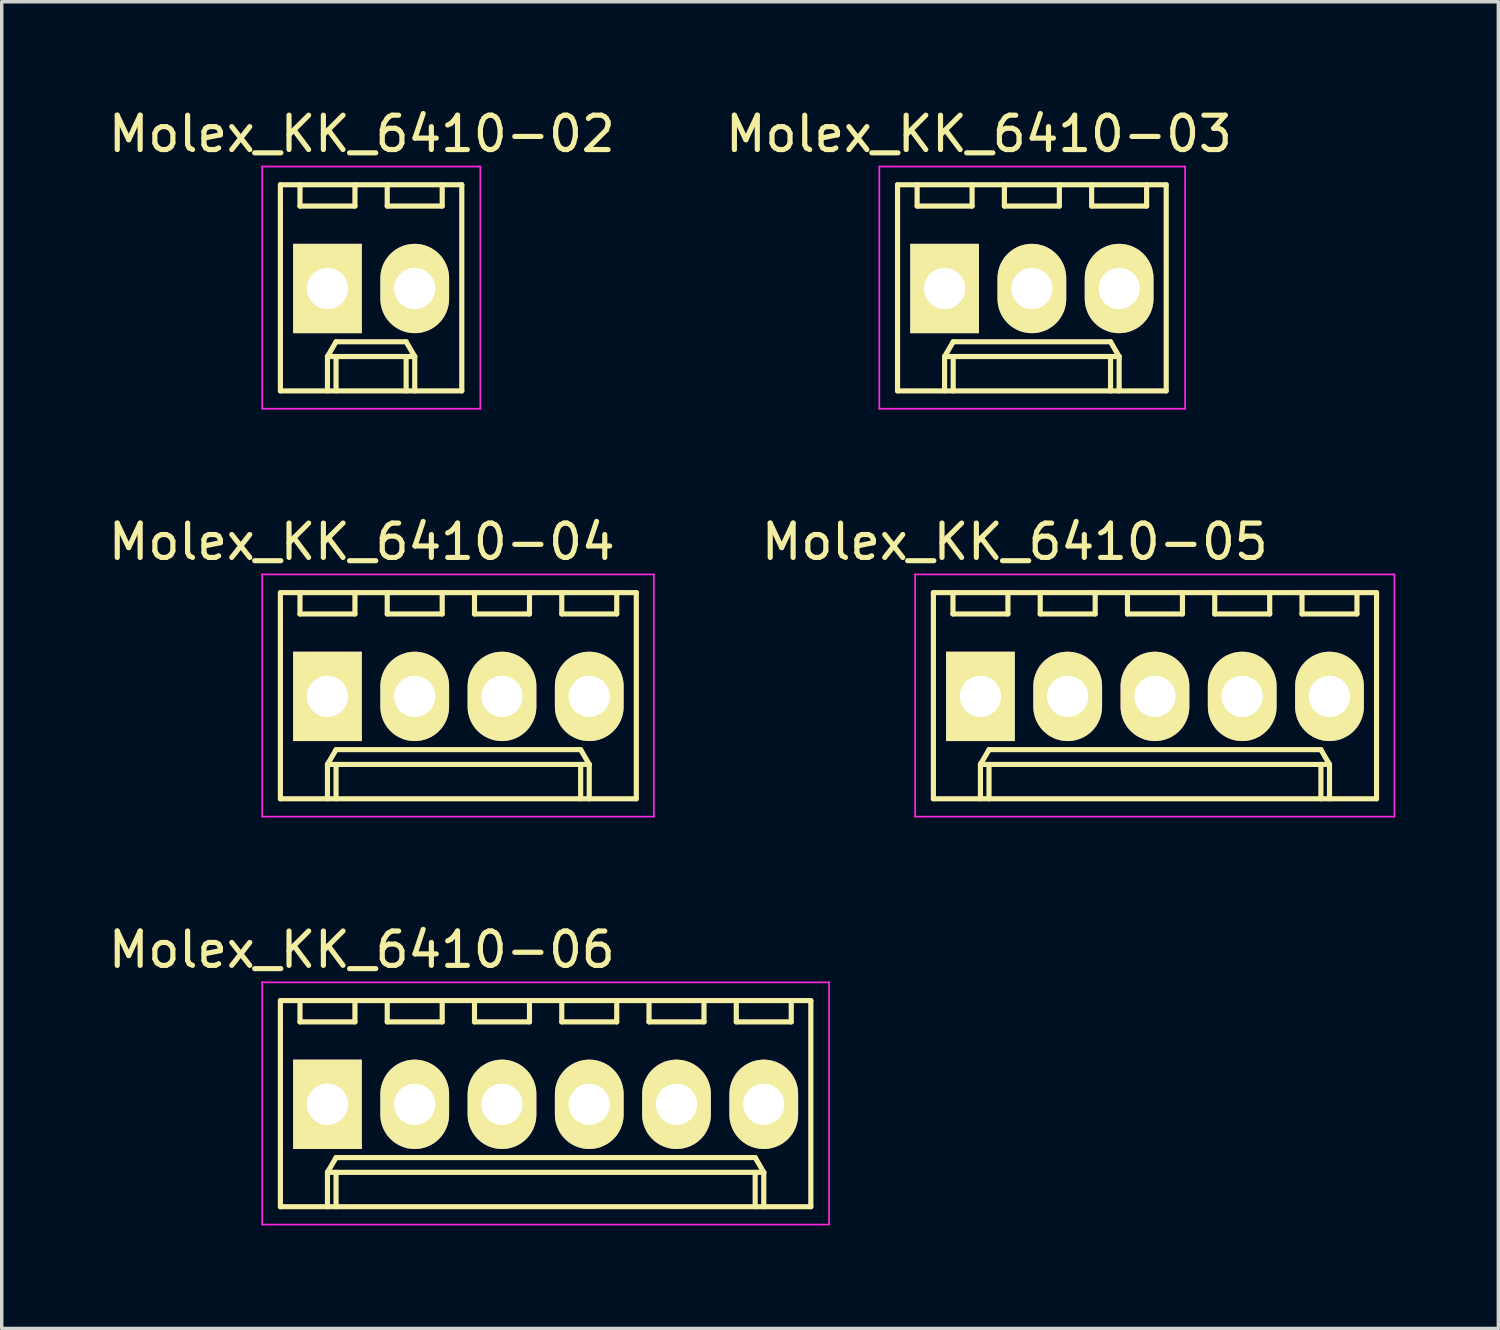
<source format=kicad_pcb>
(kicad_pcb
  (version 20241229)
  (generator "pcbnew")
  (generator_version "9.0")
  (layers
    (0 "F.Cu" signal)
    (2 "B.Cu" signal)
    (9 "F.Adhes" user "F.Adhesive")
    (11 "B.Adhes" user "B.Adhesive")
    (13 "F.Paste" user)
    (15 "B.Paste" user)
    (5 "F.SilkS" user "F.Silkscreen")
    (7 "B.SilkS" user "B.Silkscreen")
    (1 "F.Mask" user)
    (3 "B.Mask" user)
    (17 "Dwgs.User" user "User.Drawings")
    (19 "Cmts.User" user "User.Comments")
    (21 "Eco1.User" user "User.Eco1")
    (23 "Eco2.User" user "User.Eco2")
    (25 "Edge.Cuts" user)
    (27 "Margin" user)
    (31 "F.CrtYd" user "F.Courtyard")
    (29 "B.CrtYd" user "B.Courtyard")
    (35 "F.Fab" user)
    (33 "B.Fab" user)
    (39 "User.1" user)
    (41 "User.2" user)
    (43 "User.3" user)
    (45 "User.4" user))
  (footprint "Molex_KK_6410-02"
    (layer "F.Cu")
    (at 6.482 5.348)
    (property "Reference" "Molex_KK_6410-02" (at 1 -4.5 0) (layer "F.SilkS") (effects (font (size 1 1) (thickness 0.15))))
    (attr through_hole)
    (fp_line (start -1.37 -3.02) (end -1.37 2.98) (stroke (width 0.15) (type solid)) (layer "F.SilkS"))
    (fp_line (start -1.37 2.98) (end 3.91 2.98) (stroke (width 0.15) (type solid)) (layer "F.SilkS"))
    (fp_line (start -0.8 -3.02) (end -0.8 -2.4) (stroke (width 0.15) (type solid)) (layer "F.SilkS"))
    (fp_line (start -0.8 -2.4) (end 0.8 -2.4) (stroke (width 0.15) (type solid)) (layer "F.SilkS"))
    (fp_line (start 0 1.98) (end 0.25 1.55) (stroke (width 0.15) (type solid)) (layer "F.SilkS"))
    (fp_line (start 0 1.98) (end 2.54 1.98) (stroke (width 0.15) (type solid)) (layer "F.SilkS"))
    (fp_line (start 0 2.98) (end 0 1.98) (stroke (width 0.15) (type solid)) (layer "F.SilkS"))
    (fp_line (start 0.25 1.55) (end 2.29 1.55) (stroke (width 0.15) (type solid)) (layer "F.SilkS"))
    (fp_line (start 0.25 2.98) (end 0.25 1.98) (stroke (width 0.15) (type solid)) (layer "F.SilkS"))
    (fp_line (start 0.8 -2.4) (end 0.8 -3.02) (stroke (width 0.15) (type solid)) (layer "F.SilkS"))
    (fp_line (start 1.74 -3.02) (end 1.74 -2.4) (stroke (width 0.15) (type solid)) (layer "F.SilkS"))
    (fp_line (start 1.74 -2.4) (end 3.34 -2.4) (stroke (width 0.15) (type solid)) (layer "F.SilkS"))
    (fp_line (start 2.29 1.55) (end 2.54 1.98) (stroke (width 0.15) (type solid)) (layer "F.SilkS"))
    (fp_line (start 2.29 2.98) (end 2.29 1.98) (stroke (width 0.15) (type solid)) (layer "F.SilkS"))
    (fp_line (start 2.54 1.98) (end 2.54 2.98) (stroke (width 0.15) (type solid)) (layer "F.SilkS"))
    (fp_line (start 3.34 -2.4) (end 3.34 -3.02) (stroke (width 0.15) (type solid)) (layer "F.SilkS"))
    (fp_line (start 3.91 -3.02) (end -1.37 -3.02) (stroke (width 0.15) (type solid)) (layer "F.SilkS"))
    (fp_line (start 3.91 2.98) (end 3.91 -3.02) (stroke (width 0.15) (type solid)) (layer "F.SilkS"))
    (fp_line (start -1.9 -3.55) (end 4.45 -3.55) (stroke (width 0.05) (type solid)) (layer "F.CrtYd"))
    (fp_line (start -1.9 3.5) (end -1.9 -3.55) (stroke (width 0.05) (type solid)) (layer "F.CrtYd"))
    (fp_line (start 4.45 -3.55) (end 4.45 3.5) (stroke (width 0.05) (type solid)) (layer "F.CrtYd"))
    (fp_line (start 4.45 3.5) (end -1.9 3.5) (stroke (width 0.05) (type solid)) (layer "F.CrtYd"))
    (pad "1" thru_hole rect (at 0 0) (size 2 2.6) (drill 1.2) (layers "*.Cu" "*.Mask" "F.SilkS"))
    (pad "2" thru_hole oval (at 2.54 0) (size 2 2.6) (drill 1.2) (layers "*.Cu" "*.Mask" "F.SilkS")))
  (footprint "Molex_KK_6410-03"
    (layer "F.Cu")
    (at 24.446 5.348)
    (property "Reference" "Molex_KK_6410-03" (at 1 -4.5 0) (layer "F.SilkS") (effects (font (size 1 1) (thickness 0.15))))
    (attr through_hole)
    (fp_line (start -1.37 -3.02) (end -1.37 2.98) (stroke (width 0.15) (type solid)) (layer "F.SilkS"))
    (fp_line (start -1.37 2.98) (end 6.45 2.98) (stroke (width 0.15) (type solid)) (layer "F.SilkS"))
    (fp_line (start -0.8 -3.02) (end -0.8 -2.4) (stroke (width 0.15) (type solid)) (layer "F.SilkS"))
    (fp_line (start -0.8 -2.4) (end 0.8 -2.4) (stroke (width 0.15) (type solid)) (layer "F.SilkS"))
    (fp_line (start 0 1.98) (end 0.25 1.55) (stroke (width 0.15) (type solid)) (layer "F.SilkS"))
    (fp_line (start 0 1.98) (end 5.08 1.98) (stroke (width 0.15) (type solid)) (layer "F.SilkS"))
    (fp_line (start 0 2.98) (end 0 1.98) (stroke (width 0.15) (type solid)) (layer "F.SilkS"))
    (fp_line (start 0.25 1.55) (end 4.83 1.55) (stroke (width 0.15) (type solid)) (layer "F.SilkS"))
    (fp_line (start 0.25 2.98) (end 0.25 1.98) (stroke (width 0.15) (type solid)) (layer "F.SilkS"))
    (fp_line (start 0.8 -2.4) (end 0.8 -3.02) (stroke (width 0.15) (type solid)) (layer "F.SilkS"))
    (fp_line (start 1.74 -3.02) (end 1.74 -2.4) (stroke (width 0.15) (type solid)) (layer "F.SilkS"))
    (fp_line (start 1.74 -2.4) (end 3.34 -2.4) (stroke (width 0.15) (type solid)) (layer "F.SilkS"))
    (fp_line (start 3.34 -2.4) (end 3.34 -3.02) (stroke (width 0.15) (type solid)) (layer "F.SilkS"))
    (fp_line (start 4.28 -3.02) (end 4.28 -2.4) (stroke (width 0.15) (type solid)) (layer "F.SilkS"))
    (fp_line (start 4.28 -2.4) (end 5.88 -2.4) (stroke (width 0.15) (type solid)) (layer "F.SilkS"))
    (fp_line (start 4.83 1.55) (end 5.08 1.98) (stroke (width 0.15) (type solid)) (layer "F.SilkS"))
    (fp_line (start 4.83 2.98) (end 4.83 1.98) (stroke (width 0.15) (type solid)) (layer "F.SilkS"))
    (fp_line (start 5.08 1.98) (end 5.08 2.98) (stroke (width 0.15) (type solid)) (layer "F.SilkS"))
    (fp_line (start 5.88 -2.4) (end 5.88 -3.02) (stroke (width 0.15) (type solid)) (layer "F.SilkS"))
    (fp_line (start 6.45 -3.02) (end -1.37 -3.02) (stroke (width 0.15) (type solid)) (layer "F.SilkS"))
    (fp_line (start 6.45 2.98) (end 6.45 -3.02) (stroke (width 0.15) (type solid)) (layer "F.SilkS"))
    (fp_line (start -1.9 -3.55) (end 7 -3.55) (stroke (width 0.05) (type solid)) (layer "F.CrtYd"))
    (fp_line (start -1.9 3.5) (end -1.9 -3.55) (stroke (width 0.05) (type solid)) (layer "F.CrtYd"))
    (fp_line (start 7 -3.55) (end 7 3.5) (stroke (width 0.05) (type solid)) (layer "F.CrtYd"))
    (fp_line (start 7 3.5) (end -1.9 3.5) (stroke (width 0.05) (type solid)) (layer "F.CrtYd"))
    (pad "1" thru_hole rect (at 0 0) (size 2 2.6) (drill 1.2) (layers "*.Cu" "*.Mask" "F.SilkS"))
    (pad "2" thru_hole oval (at 2.54 0) (size 2 2.6) (drill 1.2) (layers "*.Cu" "*.Mask" "F.SilkS"))
    (pad "3" thru_hole oval (at 5.08 0) (size 2 2.6) (drill 1.2) (layers "*.Cu" "*.Mask" "F.SilkS")))
  (footprint "Molex_KK_6410-05"
    (layer "F.Cu")
    (at 25.489 17.221)
    (property "Reference" "Molex_KK_6410-05" (at 1 -4.5 0) (layer "F.SilkS") (effects (font (size 1 1) (thickness 0.15))))
    (attr through_hole)
    (fp_line (start -1.37 -3.02) (end -1.37 2.98) (stroke (width 0.15) (type solid)) (layer "F.SilkS"))
    (fp_line (start -1.37 2.98) (end 11.53 2.98) (stroke (width 0.15) (type solid)) (layer "F.SilkS"))
    (fp_line (start -0.8 -3.02) (end -0.8 -2.4) (stroke (width 0.15) (type solid)) (layer "F.SilkS"))
    (fp_line (start -0.8 -2.4) (end 0.8 -2.4) (stroke (width 0.15) (type solid)) (layer "F.SilkS"))
    (fp_line (start 0 1.98) (end 0.25 1.55) (stroke (width 0.15) (type solid)) (layer "F.SilkS"))
    (fp_line (start 0 1.98) (end 10.16 1.98) (stroke (width 0.15) (type solid)) (layer "F.SilkS"))
    (fp_line (start 0 2.98) (end 0 1.98) (stroke (width 0.15) (type solid)) (layer "F.SilkS"))
    (fp_line (start 0.25 1.55) (end 9.91 1.55) (stroke (width 0.15) (type solid)) (layer "F.SilkS"))
    (fp_line (start 0.25 2.98) (end 0.25 1.98) (stroke (width 0.15) (type solid)) (layer "F.SilkS"))
    (fp_line (start 0.8 -2.4) (end 0.8 -3.02) (stroke (width 0.15) (type solid)) (layer "F.SilkS"))
    (fp_line (start 1.74 -3.02) (end 1.74 -2.4) (stroke (width 0.15) (type solid)) (layer "F.SilkS"))
    (fp_line (start 1.74 -2.4) (end 3.34 -2.4) (stroke (width 0.15) (type solid)) (layer "F.SilkS"))
    (fp_line (start 3.34 -2.4) (end 3.34 -3.02) (stroke (width 0.15) (type solid)) (layer "F.SilkS"))
    (fp_line (start 4.28 -3.02) (end 4.28 -2.4) (stroke (width 0.15) (type solid)) (layer "F.SilkS"))
    (fp_line (start 4.28 -2.4) (end 5.88 -2.4) (stroke (width 0.15) (type solid)) (layer "F.SilkS"))
    (fp_line (start 5.88 -2.4) (end 5.88 -3.02) (stroke (width 0.15) (type solid)) (layer "F.SilkS"))
    (fp_line (start 6.82 -3.02) (end 6.82 -2.4) (stroke (width 0.15) (type solid)) (layer "F.SilkS"))
    (fp_line (start 6.82 -2.4) (end 8.42 -2.4) (stroke (width 0.15) (type solid)) (layer "F.SilkS"))
    (fp_line (start 8.42 -2.4) (end 8.42 -3.02) (stroke (width 0.15) (type solid)) (layer "F.SilkS"))
    (fp_line (start 9.36 -3.02) (end 9.36 -2.4) (stroke (width 0.15) (type solid)) (layer "F.SilkS"))
    (fp_line (start 9.36 -2.4) (end 10.96 -2.4) (stroke (width 0.15) (type solid)) (layer "F.SilkS"))
    (fp_line (start 9.91 1.55) (end 10.16 1.98) (stroke (width 0.15) (type solid)) (layer "F.SilkS"))
    (fp_line (start 9.91 2.98) (end 9.91 1.98) (stroke (width 0.15) (type solid)) (layer "F.SilkS"))
    (fp_line (start 10.16 1.98) (end 10.16 2.98) (stroke (width 0.15) (type solid)) (layer "F.SilkS"))
    (fp_line (start 10.96 -2.4) (end 10.96 -3.02) (stroke (width 0.15) (type solid)) (layer "F.SilkS"))
    (fp_line (start 11.53 -3.02) (end -1.37 -3.02) (stroke (width 0.15) (type solid)) (layer "F.SilkS"))
    (fp_line (start 11.53 2.98) (end 11.53 -3.02) (stroke (width 0.15) (type solid)) (layer "F.SilkS"))
    (fp_line (start -1.9 -3.55) (end 12.05 -3.55) (stroke (width 0.05) (type solid)) (layer "F.CrtYd"))
    (fp_line (start -1.9 3.5) (end -1.9 -3.55) (stroke (width 0.05) (type solid)) (layer "F.CrtYd"))
    (fp_line (start 12.05 -3.55) (end 12.05 3.5) (stroke (width 0.05) (type solid)) (layer "F.CrtYd"))
    (fp_line (start 12.05 3.5) (end -1.9 3.5) (stroke (width 0.05) (type solid)) (layer "F.CrtYd"))
    (pad "1" thru_hole rect (at 0 0) (size 2 2.6) (drill 1.2) (layers "*.Cu" "*.Mask" "F.SilkS"))
    (pad "2" thru_hole oval (at 2.54 0) (size 2 2.6) (drill 1.2) (layers "*.Cu" "*.Mask" "F.SilkS"))
    (pad "3" thru_hole oval (at 5.08 0) (size 2 2.6) (drill 1.2) (layers "*.Cu" "*.Mask" "F.SilkS"))
    (pad "4" thru_hole oval (at 7.62 0) (size 2 2.6) (drill 1.2) (layers "*.Cu" "*.Mask" "F.SilkS"))
    (pad "5" thru_hole oval (at 10.16 0) (size 2 2.6) (drill 1.2) (layers "*.Cu" "*.Mask" "F.SilkS")))
  (footprint "Molex_KK_6410-06"
    (layer "F.Cu")
    (at 6.482 29.095)
    (property "Reference" "Molex_KK_6410-06" (at 1 -4.5 0) (layer "F.SilkS") (effects (font (size 1 1) (thickness 0.15))))
    (attr through_hole)
    (fp_line (start -1.37 -3.02) (end -1.37 2.98) (stroke (width 0.15) (type solid)) (layer "F.SilkS"))
    (fp_line (start -1.37 2.98) (end 14.07 2.98) (stroke (width 0.15) (type solid)) (layer "F.SilkS"))
    (fp_line (start -0.8 -3.02) (end -0.8 -2.4) (stroke (width 0.15) (type solid)) (layer "F.SilkS"))
    (fp_line (start -0.8 -2.4) (end 0.8 -2.4) (stroke (width 0.15) (type solid)) (layer "F.SilkS"))
    (fp_line (start 0 1.98) (end 0.25 1.55) (stroke (width 0.15) (type solid)) (layer "F.SilkS"))
    (fp_line (start 0 1.98) (end 12.7 1.98) (stroke (width 0.15) (type solid)) (layer "F.SilkS"))
    (fp_line (start 0 2.98) (end 0 1.98) (stroke (width 0.15) (type solid)) (layer "F.SilkS"))
    (fp_line (start 0.25 1.55) (end 12.45 1.55) (stroke (width 0.15) (type solid)) (layer "F.SilkS"))
    (fp_line (start 0.25 2.98) (end 0.25 1.98) (stroke (width 0.15) (type solid)) (layer "F.SilkS"))
    (fp_line (start 0.8 -2.4) (end 0.8 -3.02) (stroke (width 0.15) (type solid)) (layer "F.SilkS"))
    (fp_line (start 1.74 -3.02) (end 1.74 -2.4) (stroke (width 0.15) (type solid)) (layer "F.SilkS"))
    (fp_line (start 1.74 -2.4) (end 3.34 -2.4) (stroke (width 0.15) (type solid)) (layer "F.SilkS"))
    (fp_line (start 3.34 -2.4) (end 3.34 -3.02) (stroke (width 0.15) (type solid)) (layer "F.SilkS"))
    (fp_line (start 4.28 -3.02) (end 4.28 -2.4) (stroke (width 0.15) (type solid)) (layer "F.SilkS"))
    (fp_line (start 4.28 -2.4) (end 5.88 -2.4) (stroke (width 0.15) (type solid)) (layer "F.SilkS"))
    (fp_line (start 5.88 -2.4) (end 5.88 -3.02) (stroke (width 0.15) (type solid)) (layer "F.SilkS"))
    (fp_line (start 6.82 -3.02) (end 6.82 -2.4) (stroke (width 0.15) (type solid)) (layer "F.SilkS"))
    (fp_line (start 6.82 -2.4) (end 8.42 -2.4) (stroke (width 0.15) (type solid)) (layer "F.SilkS"))
    (fp_line (start 8.42 -2.4) (end 8.42 -3.02) (stroke (width 0.15) (type solid)) (layer "F.SilkS"))
    (fp_line (start 9.36 -3.02) (end 9.36 -2.4) (stroke (width 0.15) (type solid)) (layer "F.SilkS"))
    (fp_line (start 9.36 -2.4) (end 10.96 -2.4) (stroke (width 0.15) (type solid)) (layer "F.SilkS"))
    (fp_line (start 10.96 -2.4) (end 10.96 -3.02) (stroke (width 0.15) (type solid)) (layer "F.SilkS"))
    (fp_line (start 11.9 -3.02) (end 11.9 -2.4) (stroke (width 0.15) (type solid)) (layer "F.SilkS"))
    (fp_line (start 11.9 -2.4) (end 13.5 -2.4) (stroke (width 0.15) (type solid)) (layer "F.SilkS"))
    (fp_line (start 12.45 1.55) (end 12.7 1.98) (stroke (width 0.15) (type solid)) (layer "F.SilkS"))
    (fp_line (start 12.45 2.98) (end 12.45 1.98) (stroke (width 0.15) (type solid)) (layer "F.SilkS"))
    (fp_line (start 12.7 1.98) (end 12.7 2.98) (stroke (width 0.15) (type solid)) (layer "F.SilkS"))
    (fp_line (start 13.5 -2.4) (end 13.5 -3.02) (stroke (width 0.15) (type solid)) (layer "F.SilkS"))
    (fp_line (start 14.07 -3.02) (end -1.37 -3.02) (stroke (width 0.15) (type solid)) (layer "F.SilkS"))
    (fp_line (start 14.07 2.98) (end 14.07 -3.02) (stroke (width 0.15) (type solid)) (layer "F.SilkS"))
    (fp_line (start -1.9 -3.55) (end 14.6 -3.55) (stroke (width 0.05) (type solid)) (layer "F.CrtYd"))
    (fp_line (start -1.9 3.5) (end -1.9 -3.55) (stroke (width 0.05) (type solid)) (layer "F.CrtYd"))
    (fp_line (start 14.6 -3.55) (end 14.6 3.5) (stroke (width 0.05) (type solid)) (layer "F.CrtYd"))
    (fp_line (start 14.6 3.5) (end -1.9 3.5) (stroke (width 0.05) (type solid)) (layer "F.CrtYd"))
    (pad "1" thru_hole rect (at 0 0) (size 2 2.6) (drill 1.2) (layers "*.Cu" "*.Mask" "F.SilkS"))
    (pad "2" thru_hole oval (at 2.54 0) (size 2 2.6) (drill 1.2) (layers "*.Cu" "*.Mask" "F.SilkS"))
    (pad "3" thru_hole oval (at 5.08 0) (size 2 2.6) (drill 1.2) (layers "*.Cu" "*.Mask" "F.SilkS"))
    (pad "4" thru_hole oval (at 7.62 0) (size 2 2.6) (drill 1.2) (layers "*.Cu" "*.Mask" "F.SilkS"))
    (pad "5" thru_hole oval (at 10.16 0) (size 2 2.6) (drill 1.2) (layers "*.Cu" "*.Mask" "F.SilkS"))
    (pad "6" thru_hole oval (at 12.7 0) (size 2 2.6) (drill 1.2) (layers "*.Cu" "*.Mask" "F.SilkS")))
  (footprint "Molex_KK_6410-04"
    (layer "F.Cu")
    (at 6.482 17.221)
    (property "Reference" "Molex_KK_6410-04" (at 1 -4.5 0) (layer "F.SilkS") (effects (font (size 1 1) (thickness 0.15))))
    (attr through_hole)
    (fp_line (start -1.37 -3.02) (end -1.37 2.98) (stroke (width 0.15) (type solid)) (layer "F.SilkS"))
    (fp_line (start -1.37 2.98) (end 8.99 2.98) (stroke (width 0.15) (type solid)) (layer "F.SilkS"))
    (fp_line (start -0.8 -3.02) (end -0.8 -2.4) (stroke (width 0.15) (type solid)) (layer "F.SilkS"))
    (fp_line (start -0.8 -2.4) (end 0.8 -2.4) (stroke (width 0.15) (type solid)) (layer "F.SilkS"))
    (fp_line (start 0 1.98) (end 0.25 1.55) (stroke (width 0.15) (type solid)) (layer "F.SilkS"))
    (fp_line (start 0 1.98) (end 7.62 1.98) (stroke (width 0.15) (type solid)) (layer "F.SilkS"))
    (fp_line (start 0 2.98) (end 0 1.98) (stroke (width 0.15) (type solid)) (layer "F.SilkS"))
    (fp_line (start 0.25 1.55) (end 7.37 1.55) (stroke (width 0.15) (type solid)) (layer "F.SilkS"))
    (fp_line (start 0.25 2.98) (end 0.25 1.98) (stroke (width 0.15) (type solid)) (layer "F.SilkS"))
    (fp_line (start 0.8 -2.4) (end 0.8 -3.02) (stroke (width 0.15) (type solid)) (layer "F.SilkS"))
    (fp_line (start 1.74 -3.02) (end 1.74 -2.4) (stroke (width 0.15) (type solid)) (layer "F.SilkS"))
    (fp_line (start 1.74 -2.4) (end 3.34 -2.4) (stroke (width 0.15) (type solid)) (layer "F.SilkS"))
    (fp_line (start 3.34 -2.4) (end 3.34 -3.02) (stroke (width 0.15) (type solid)) (layer "F.SilkS"))
    (fp_line (start 4.28 -3.02) (end 4.28 -2.4) (stroke (width 0.15) (type solid)) (layer "F.SilkS"))
    (fp_line (start 4.28 -2.4) (end 5.88 -2.4) (stroke (width 0.15) (type solid)) (layer "F.SilkS"))
    (fp_line (start 5.88 -2.4) (end 5.88 -3.02) (stroke (width 0.15) (type solid)) (layer "F.SilkS"))
    (fp_line (start 6.82 -3.02) (end 6.82 -2.4) (stroke (width 0.15) (type solid)) (layer "F.SilkS"))
    (fp_line (start 6.82 -2.4) (end 8.42 -2.4) (stroke (width 0.15) (type solid)) (layer "F.SilkS"))
    (fp_line (start 7.37 1.55) (end 7.62 1.98) (stroke (width 0.15) (type solid)) (layer "F.SilkS"))
    (fp_line (start 7.37 2.98) (end 7.37 1.98) (stroke (width 0.15) (type solid)) (layer "F.SilkS"))
    (fp_line (start 7.62 1.98) (end 7.62 2.98) (stroke (width 0.15) (type solid)) (layer "F.SilkS"))
    (fp_line (start 8.42 -2.4) (end 8.42 -3.02) (stroke (width 0.15) (type solid)) (layer "F.SilkS"))
    (fp_line (start 8.99 -3.02) (end -1.37 -3.02) (stroke (width 0.15) (type solid)) (layer "F.SilkS"))
    (fp_line (start 8.99 2.98) (end 8.99 -3.02) (stroke (width 0.15) (type solid)) (layer "F.SilkS"))
    (fp_line (start -1.9 -3.55) (end 9.5 -3.55) (stroke (width 0.05) (type solid)) (layer "F.CrtYd"))
    (fp_line (start -1.9 3.5) (end -1.9 -3.55) (stroke (width 0.05) (type solid)) (layer "F.CrtYd"))
    (fp_line (start 9.5 -3.55) (end 9.5 3.5) (stroke (width 0.05) (type solid)) (layer "F.CrtYd"))
    (fp_line (start 9.5 3.5) (end -1.9 3.5) (stroke (width 0.05) (type solid)) (layer "F.CrtYd"))
    (pad "1" thru_hole rect (at 0 0) (size 2 2.6) (drill 1.2) (layers "*.Cu" "*.Mask" "F.SilkS"))
    (pad "2" thru_hole oval (at 2.54 0) (size 2 2.6) (drill 1.2) (layers "*.Cu" "*.Mask" "F.SilkS"))
    (pad "3" thru_hole oval (at 5.08 0) (size 2 2.6) (drill 1.2) (layers "*.Cu" "*.Mask" "F.SilkS"))
    (pad "4" thru_hole oval (at 7.62 0) (size 2 2.6) (drill 1.2) (layers "*.Cu" "*.Mask" "F.SilkS")))
  (gr_rect
    (start -3 -3)
    (end 40.564 35.62)
    (stroke (width 0.1) (type default))
    (fill no)
    (layer "Edge.Cuts")))
</source>
